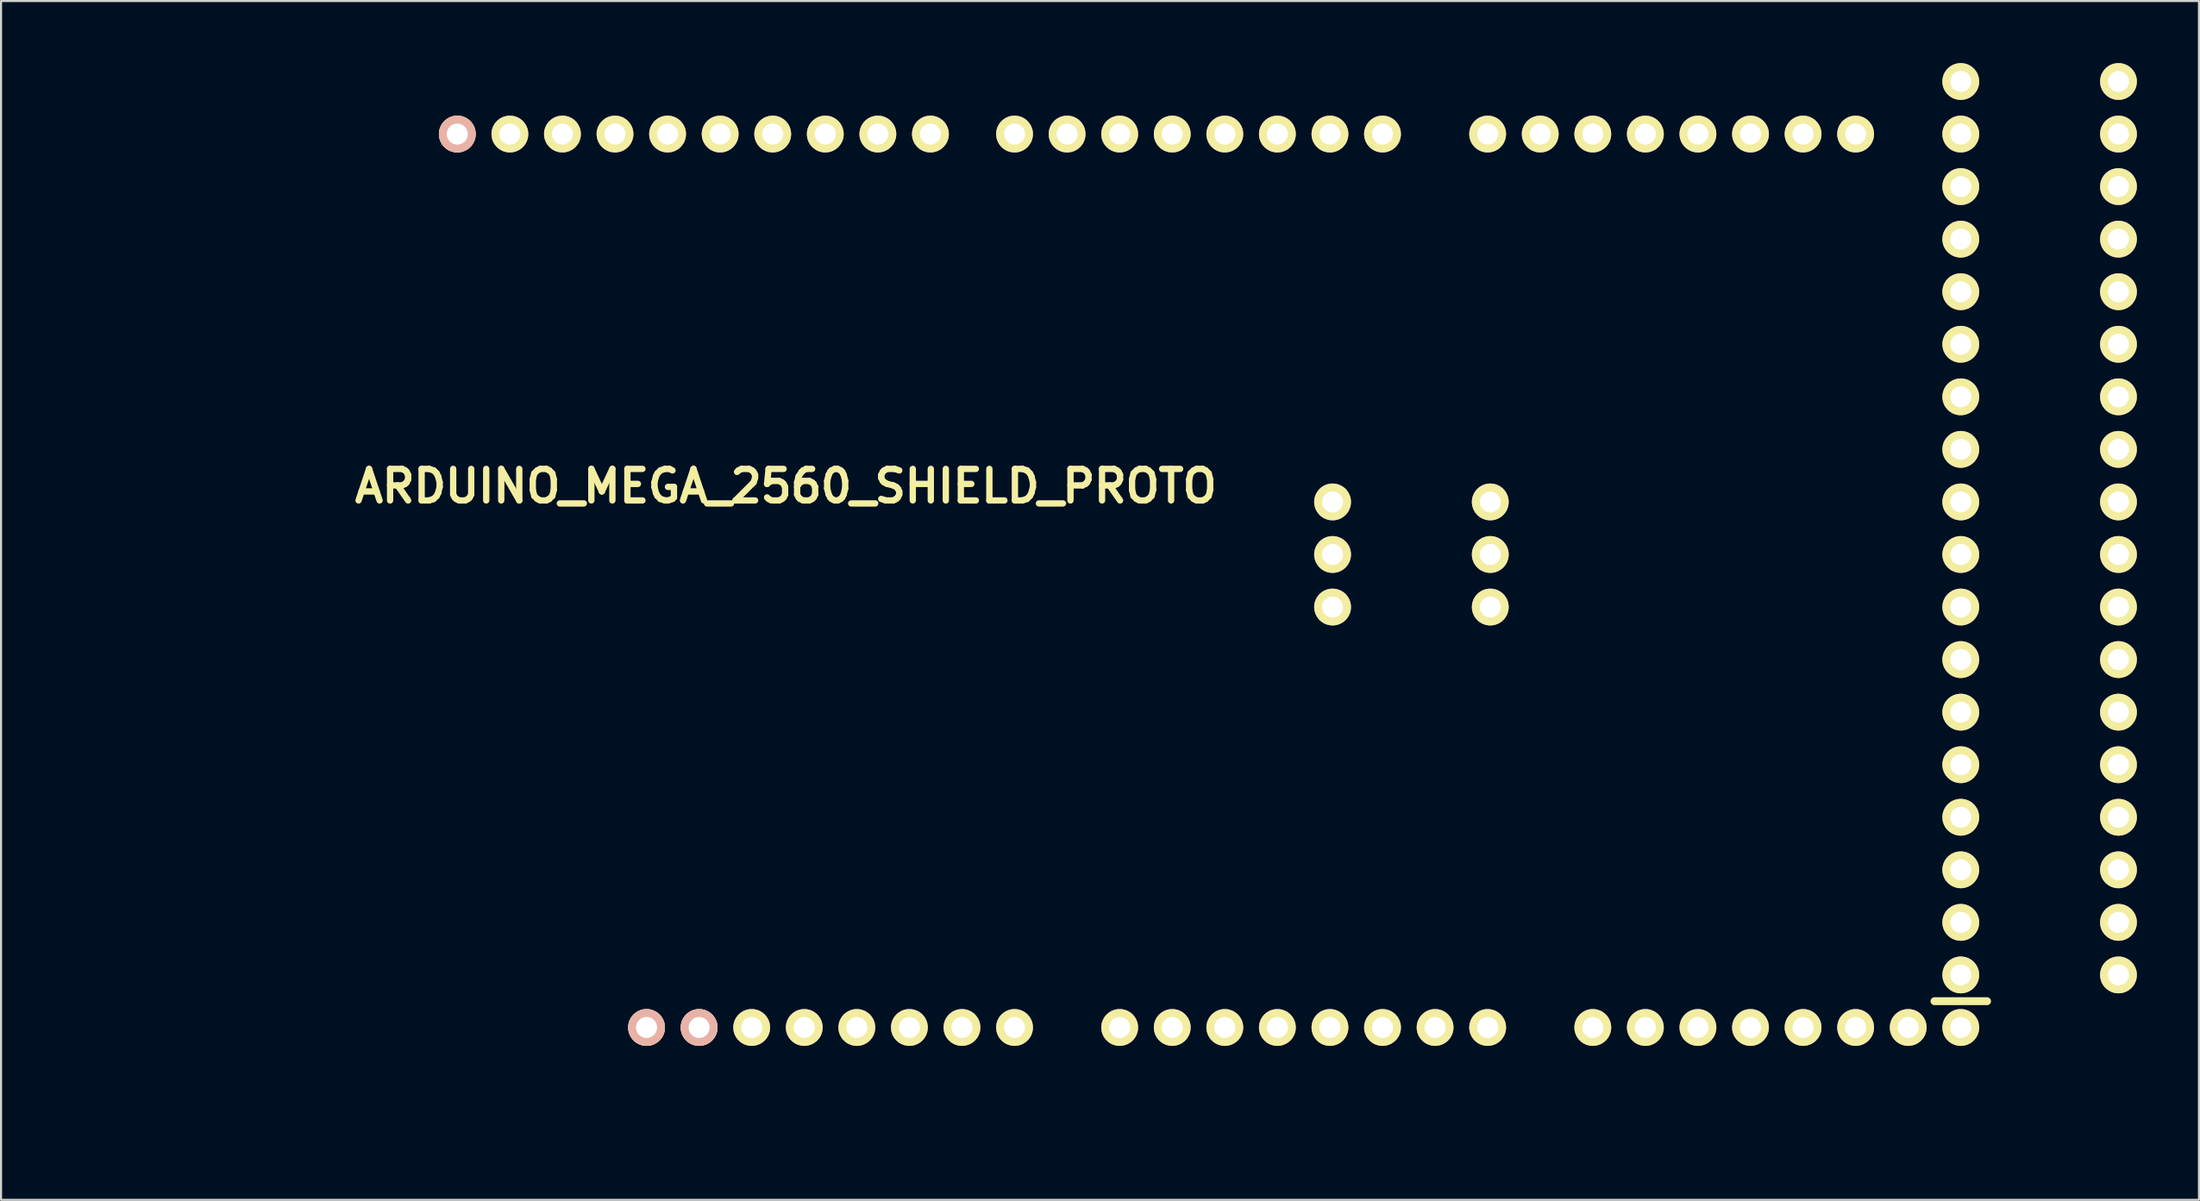
<source format=kicad_pcb>
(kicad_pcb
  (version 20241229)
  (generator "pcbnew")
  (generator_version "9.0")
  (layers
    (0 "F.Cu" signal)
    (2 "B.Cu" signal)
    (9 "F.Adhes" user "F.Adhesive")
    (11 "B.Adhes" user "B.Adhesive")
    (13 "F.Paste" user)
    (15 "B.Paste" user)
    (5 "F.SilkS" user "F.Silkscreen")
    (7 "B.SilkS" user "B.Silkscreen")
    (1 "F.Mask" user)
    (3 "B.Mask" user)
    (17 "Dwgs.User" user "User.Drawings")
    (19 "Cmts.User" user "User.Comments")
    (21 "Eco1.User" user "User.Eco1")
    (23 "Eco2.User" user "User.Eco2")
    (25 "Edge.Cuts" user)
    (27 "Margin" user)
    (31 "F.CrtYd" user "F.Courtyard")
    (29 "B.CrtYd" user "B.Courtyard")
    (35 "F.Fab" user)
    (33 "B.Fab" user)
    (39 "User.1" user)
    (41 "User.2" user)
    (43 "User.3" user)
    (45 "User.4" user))
  (footprint "ARDUINO_MEGA_2560_SHIELD_PROTO"
    (layer "F.Cu")
    (at 0.25 51.689)
    (property "Reference" "ARDUINO_MEGA_2560_SHIELD_PROTO" (at 34.671 -31.242 0) (layer "F.SilkS") (effects (font (size 1.524 1.524) (thickness 0.305))))
    (attr through_hole)
    (fp_line (start 90.17 -6.35) (end 92.71 -6.35) (stroke (width 0.381) (type solid)) (layer "F.SilkS"))
    (pad "0" thru_hole circle (at 63.5 -48.26) (size 1.778 1.778) (drill 1.016) (layers "*.Cu" "*.Mask" "F.SilkS"))
    (pad "1" thru_hole circle (at 60.96 -48.26) (size 1.778 1.778) (drill 1.016) (layers "*.Cu" "*.Mask" "F.SilkS"))
    (pad "2" thru_hole circle (at 58.42 -48.26) (size 1.778 1.778) (drill 1.016) (layers "*.Cu" "*.Mask" "F.SilkS"))
    (pad "3" thru_hole circle (at 55.88 -48.26) (size 1.778 1.778) (drill 1.016) (layers "*.Cu" "*.Mask" "F.SilkS"))
    (pad "3V3" thru_hole circle (at 35.56 -5.08) (size 1.778 1.778) (drill 1.016) (layers "*.Cu" "*.Mask" "F.SilkS"))
    (pad "4" thru_hole circle (at 53.34 -48.26) (size 1.778 1.778) (drill 1.016) (layers "*.Cu" "*.Mask" "F.SilkS"))
    (pad "5" thru_hole circle (at 50.8 -48.26) (size 1.778 1.778) (drill 1.016) (layers "*.Cu" "*.Mask" "F.SilkS"))
    (pad "5V1" thru_hole circle (at 38.1 -5.08) (size 1.778 1.778) (drill 1.016) (layers "*.Cu" "*.Mask" "F.SilkS"))
    (pad "5V2" thru_hole circle (at 91.44 -50.8) (size 1.778 1.778) (drill 1.016) (layers "*.Cu" "*.Mask" "F.SilkS"))
    (pad "5V3" thru_hole circle (at 99.06 -50.8) (size 1.778 1.778) (drill 1.016) (layers "*.Cu" "*.Mask" "F.SilkS"))
    (pad "5V4" thru_hole oval (at 68.707 -30.48 90) (size 1.778 1.778) (drill 1.016) (layers "*.Cu" "*.Mask" "F.SilkS"))
    (pad "6" thru_hole circle (at 48.26 -48.26) (size 1.778 1.778) (drill 1.016) (layers "*.Cu" "*.Mask" "F.SilkS"))
    (pad "7" thru_hole circle (at 45.72 -48.26) (size 1.778 1.778) (drill 1.016) (layers "*.Cu" "*.Mask" "F.SilkS"))
    (pad "8" thru_hole circle (at 41.656 -48.26) (size 1.778 1.778) (drill 1.016) (layers "*.Cu" "*.Mask" "F.SilkS"))
    (pad "9" thru_hole circle (at 39.116 -48.26) (size 1.778 1.778) (drill 1.016) (layers "*.Cu" "*.Mask" "F.SilkS"))
    (pad "10" thru_hole circle (at 36.576 -48.26) (size 1.778 1.778) (drill 1.016) (layers "*.Cu" "*.Mask" "F.SilkS"))
    (pad "11" thru_hole circle (at 34.036 -48.26) (size 1.778 1.778) (drill 1.016) (layers "*.Cu" "*.Mask" "F.SilkS"))
    (pad "12" thru_hole circle (at 31.496 -48.26) (size 1.778 1.778) (drill 1.016) (layers "*.Cu" "*.Mask" "F.SilkS"))
    (pad "13" thru_hole circle (at 28.956 -48.26) (size 1.778 1.778) (drill 1.016) (layers "*.Cu" "*.Mask" "F.SilkS"))
    (pad "14" thru_hole circle (at 68.58 -48.26) (size 1.778 1.778) (drill 1.016) (layers "*.Cu" "*.Mask" "F.SilkS"))
    (pad "15" thru_hole circle (at 71.12 -48.26) (size 1.778 1.778) (drill 1.016) (layers "*.Cu" "*.Mask" "F.SilkS"))
    (pad "16" thru_hole circle (at 73.66 -48.26) (size 1.778 1.778) (drill 1.016) (layers "*.Cu" "*.Mask" "F.SilkS"))
    (pad "17" thru_hole circle (at 76.2 -48.26) (size 1.778 1.778) (drill 1.016) (layers "*.Cu" "*.Mask" "F.SilkS"))
    (pad "18" thru_hole circle (at 78.74 -48.26) (size 1.778 1.778) (drill 1.016) (layers "*.Cu" "*.Mask" "F.SilkS"))
    (pad "19" thru_hole circle (at 81.28 -48.26) (size 1.778 1.778) (drill 1.016) (layers "*.Cu" "*.Mask" "F.SilkS"))
    (pad "20" thru_hole circle (at 83.82 -48.26) (size 1.778 1.778) (drill 1.016) (layers "*.Cu" "*.Mask" "F.SilkS"))
    (pad "21" thru_hole circle (at 86.36 -48.26) (size 1.778 1.778) (drill 1.016) (layers "*.Cu" "*.Mask" "F.SilkS"))
    (pad "22" thru_hole circle (at 91.44 -48.26) (size 1.778 1.778) (drill 1.016) (layers "*.Cu" "*.Mask" "F.SilkS"))
    (pad "23" thru_hole circle (at 99.06 -48.26) (size 1.778 1.778) (drill 1.016) (layers "*.Cu" "*.Mask" "F.SilkS"))
    (pad "24" thru_hole circle (at 91.44 -45.72) (size 1.778 1.778) (drill 1.016) (layers "*.Cu" "*.Mask" "F.SilkS"))
    (pad "25" thru_hole circle (at 99.06 -45.72) (size 1.778 1.778) (drill 1.016) (layers "*.Cu" "*.Mask" "F.SilkS"))
    (pad "26" thru_hole circle (at 91.44 -43.18) (size 1.778 1.778) (drill 1.016) (layers "*.Cu" "*.Mask" "F.SilkS"))
    (pad "27" thru_hole circle (at 99.06 -43.18) (size 1.778 1.778) (drill 1.016) (layers "*.Cu" "*.Mask" "F.SilkS"))
    (pad "28" thru_hole circle (at 91.44 -40.64) (size 1.778 1.778) (drill 1.016) (layers "*.Cu" "*.Mask" "F.SilkS"))
    (pad "29" thru_hole circle (at 99.06 -40.64) (size 1.778 1.778) (drill 1.016) (layers "*.Cu" "*.Mask" "F.SilkS"))
    (pad "30" thru_hole circle (at 91.44 -38.1) (size 1.778 1.778) (drill 1.016) (layers "*.Cu" "*.Mask" "F.SilkS"))
    (pad "31" thru_hole circle (at 99.06 -38.1) (size 1.778 1.778) (drill 1.016) (layers "*.Cu" "*.Mask" "F.SilkS"))
    (pad "32" thru_hole circle (at 91.44 -35.56) (size 1.778 1.778) (drill 1.016) (layers "*.Cu" "*.Mask" "F.SilkS"))
    (pad "33" thru_hole circle (at 99.06 -35.56) (size 1.778 1.778) (drill 1.016) (layers "*.Cu" "*.Mask" "F.SilkS"))
    (pad "34" thru_hole circle (at 91.44 -33.02) (size 1.778 1.778) (drill 1.016) (layers "*.Cu" "*.Mask" "F.SilkS"))
    (pad "35" thru_hole circle (at 99.06 -33.02) (size 1.778 1.778) (drill 1.016) (layers "*.Cu" "*.Mask" "F.SilkS"))
    (pad "36" thru_hole circle (at 91.44 -30.48) (size 1.778 1.778) (drill 1.016) (layers "*.Cu" "*.Mask" "F.SilkS"))
    (pad "37" thru_hole circle (at 99.06 -30.48) (size 1.778 1.778) (drill 1.016) (layers "*.Cu" "*.Mask" "F.SilkS"))
    (pad "38" thru_hole circle (at 91.44 -27.94) (size 1.778 1.778) (drill 1.016) (layers "*.Cu" "*.Mask" "F.SilkS"))
    (pad "39" thru_hole circle (at 99.06 -27.94) (size 1.778 1.778) (drill 1.016) (layers "*.Cu" "*.Mask" "F.SilkS"))
    (pad "40" thru_hole circle (at 91.44 -25.4) (size 1.778 1.778) (drill 1.016) (layers "*.Cu" "*.Mask" "F.SilkS"))
    (pad "41" thru_hole circle (at 99.06 -25.4) (size 1.778 1.778) (drill 1.016) (layers "*.Cu" "*.Mask" "F.SilkS"))
    (pad "42" thru_hole circle (at 91.44 -22.86) (size 1.778 1.778) (drill 1.016) (layers "*.Cu" "*.Mask" "F.SilkS"))
    (pad "43" thru_hole circle (at 99.06 -22.86) (size 1.778 1.778) (drill 1.016) (layers "*.Cu" "*.Mask" "F.SilkS"))
    (pad "44" thru_hole circle (at 91.44 -20.32) (size 1.778 1.778) (drill 1.016) (layers "*.Cu" "*.Mask" "F.SilkS"))
    (pad "45" thru_hole circle (at 99.06 -20.32) (size 1.778 1.778) (drill 1.016) (layers "*.Cu" "*.Mask" "F.SilkS"))
    (pad "46" thru_hole circle (at 91.44 -17.78) (size 1.778 1.778) (drill 1.016) (layers "*.Cu" "*.Mask" "F.SilkS"))
    (pad "47" thru_hole circle (at 99.06 -17.78) (size 1.778 1.778) (drill 1.016) (layers "*.Cu" "*.Mask" "F.SilkS"))
    (pad "48" thru_hole circle (at 91.44 -15.24) (size 1.778 1.778) (drill 1.016) (layers "*.Cu" "*.Mask" "F.SilkS"))
    (pad "49" thru_hole circle (at 99.06 -15.24) (size 1.778 1.778) (drill 1.016) (layers "*.Cu" "*.Mask" "F.SilkS"))
    (pad "50" thru_hole circle (at 91.44 -12.7) (size 1.778 1.778) (drill 1.016) (layers "*.Cu" "*.Mask" "F.SilkS"))
    (pad "51" thru_hole circle (at 99.06 -12.7) (size 1.778 1.778) (drill 1.016) (layers "*.Cu" "*.Mask" "F.SilkS"))
    (pad "52" thru_hole circle (at 91.44 -10.16) (size 1.778 1.778) (drill 1.016) (layers "*.Cu" "*.Mask" "F.SilkS"))
    (pad "53" thru_hole circle (at 99.06 -10.16) (size 1.778 1.778) (drill 1.016) (layers "*.Cu" "*.Mask" "F.SilkS"))
    (pad "AD0" thru_hole circle (at 50.8 -5.08) (size 1.778 1.778) (drill 1.016) (layers "*.Cu" "*.Mask" "F.SilkS"))
    (pad "AD1" thru_hole circle (at 53.34 -5.08) (size 1.778 1.778) (drill 1.016) (layers "*.Cu" "*.Mask" "F.SilkS"))
    (pad "AD2" thru_hole circle (at 55.88 -5.08) (size 1.778 1.778) (drill 1.016) (layers "*.Cu" "*.Mask" "F.SilkS"))
    (pad "AD3" thru_hole circle (at 58.42 -5.08) (size 1.778 1.778) (drill 1.016) (layers "*.Cu" "*.Mask" "F.SilkS"))
    (pad "AD4" thru_hole circle (at 60.96 -5.08) (size 1.778 1.778) (drill 1.016) (layers "*.Cu" "*.Mask" "F.SilkS"))
    (pad "AD5" thru_hole circle (at 63.5 -5.08) (size 1.778 1.778) (drill 1.016) (layers "*.Cu" "*.Mask" "F.SilkS"))
    (pad "AD6" thru_hole circle (at 66.04 -5.08) (size 1.778 1.778) (drill 1.016) (layers "*.Cu" "*.Mask" "F.SilkS"))
    (pad "AD7" thru_hole circle (at 68.58 -5.08) (size 1.778 1.778) (drill 1.016) (layers "*.Cu" "*.Mask" "F.SilkS"))
    (pad "AD8" thru_hole circle (at 73.66 -5.08) (size 1.778 1.778) (drill 1.016) (layers "*.Cu" "*.Mask" "F.SilkS"))
    (pad "AD9" thru_hole circle (at 76.2 -5.08) (size 1.778 1.778) (drill 1.016) (layers "*.Cu" "*.Mask" "F.SilkS"))
    (pad "AD10" thru_hole circle (at 78.74 -5.08) (size 1.778 1.778) (drill 1.016) (layers "*.Cu" "*.Mask" "F.SilkS"))
    (pad "AD11" thru_hole circle (at 81.28 -5.08) (size 1.778 1.778) (drill 1.016) (layers "*.Cu" "*.Mask" "F.SilkS"))
    (pad "AD12" thru_hole circle (at 83.82 -5.08) (size 1.778 1.778) (drill 1.016) (layers "*.Cu" "*.Mask" "F.SilkS"))
    (pad "AD13" thru_hole circle (at 86.36 -5.08) (size 1.778 1.778) (drill 1.016) (layers "*.Cu" "*.Mask" "F.SilkS"))
    (pad "AD14" thru_hole circle (at 88.9 -5.08) (size 1.778 1.778) (drill 1.016) (layers "*.Cu" "*.Mask" "F.SilkS"))
    (pad "AD15" thru_hole circle (at 91.44 -5.08) (size 1.778 1.778) (drill 1.016) (layers "*.Cu" "*.Mask" "F.SilkS"))
    (pad "AREF" thru_hole circle (at 23.876 -48.26) (size 1.778 1.778) (drill 1.016) (layers "*.Cu" "*.Mask" "F.SilkS"))
    (pad "GND1" thru_hole circle (at 40.64 -5.08) (size 1.778 1.778) (drill 1.016) (layers "*.Cu" "*.Mask" "F.SilkS"))
    (pad "GND2" thru_hole circle (at 43.18 -5.08) (size 1.778 1.778) (drill 1.016) (layers "*.Cu" "*.Mask" "F.SilkS"))
    (pad "GND3" thru_hole circle (at 26.416 -48.26) (size 1.778 1.778) (drill 1.016) (layers "*.Cu" "*.Mask" "F.SilkS"))
    (pad "GND4" thru_hole circle (at 91.44 -7.62) (size 1.778 1.778) (drill 1.016) (layers "*.Cu" "*.Mask" "F.SilkS"))
    (pad "GND5" thru_hole circle (at 99.06 -7.62) (size 1.778 1.778) (drill 1.016) (layers "*.Cu" "*.Mask" "F.SilkS"))
    (pad "GND6" thru_hole oval (at 68.707 -25.4 90) (size 1.778 1.778) (drill 1.016) (layers "*.Cu" "*.Mask" "F.SilkS"))
    (pad "IORE" thru_hole circle (at 30.48 -5.08) (size 1.778 1.778) (drill 1.016) (layers "*.Cu" "*.SilkS" "*.Mask"))
    (pad "MISO" thru_hole oval (at 61.087 -30.48 90) (size 1.778 1.778) (drill 1.016) (layers "*.Cu" "*.Mask" "F.SilkS"))
    (pad "MOSI" thru_hole oval (at 68.707 -27.94 90) (size 1.778 1.778) (drill 1.016) (layers "*.Cu" "*.Mask" "F.SilkS"))
    (pad "NC" thru_hole circle (at 27.94 -5.08) (size 1.778 1.778) (drill 1.016) (layers "*.Cu" "*.SilkS" "*.Mask"))
    (pad "RST1" thru_hole circle (at 33.02 -5.08) (size 1.778 1.778) (drill 1.016) (layers "*.Cu" "*.Mask" "F.SilkS"))
    (pad "RST2" thru_hole oval (at 61.087 -25.4 90) (size 1.778 1.778) (drill 1.016) (layers "*.Cu" "*.Mask" "F.SilkS"))
    (pad "SCK" thru_hole oval (at 61.087 -27.94 90) (size 1.778 1.778) (drill 1.016) (layers "*.Cu" "*.Mask" "F.SilkS"))
    (pad "SCL3" thru_hole circle (at 18.796 -48.26) (size 1.778 1.778) (drill 1.016) (layers "*.Cu" "*.SilkS" "*.Mask"))
    (pad "SDA3" thru_hole circle (at 21.336 -48.26) (size 1.778 1.778) (drill 1.016) (layers "*.Cu" "*.Mask" "F.SilkS"))
    (pad "V_IN" thru_hole circle (at 45.72 -5.08) (size 1.778 1.778) (drill 1.016) (layers "*.Cu" "*.Mask" "F.SilkS")))
  (gr_rect
    (start -3 -3)
    (end 103.199 54.939)
    (stroke (width 0.1) (type default))
    (fill no)
    (layer "Edge.Cuts")))
</source>
